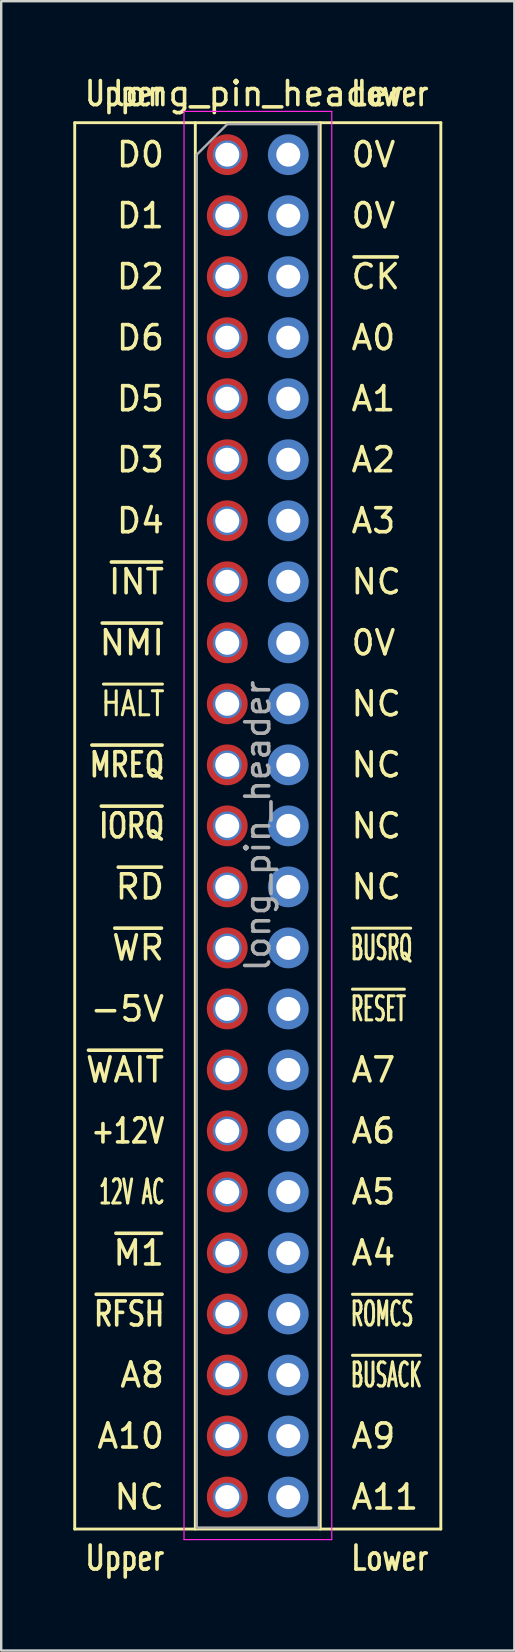
<source format=kicad_pcb>
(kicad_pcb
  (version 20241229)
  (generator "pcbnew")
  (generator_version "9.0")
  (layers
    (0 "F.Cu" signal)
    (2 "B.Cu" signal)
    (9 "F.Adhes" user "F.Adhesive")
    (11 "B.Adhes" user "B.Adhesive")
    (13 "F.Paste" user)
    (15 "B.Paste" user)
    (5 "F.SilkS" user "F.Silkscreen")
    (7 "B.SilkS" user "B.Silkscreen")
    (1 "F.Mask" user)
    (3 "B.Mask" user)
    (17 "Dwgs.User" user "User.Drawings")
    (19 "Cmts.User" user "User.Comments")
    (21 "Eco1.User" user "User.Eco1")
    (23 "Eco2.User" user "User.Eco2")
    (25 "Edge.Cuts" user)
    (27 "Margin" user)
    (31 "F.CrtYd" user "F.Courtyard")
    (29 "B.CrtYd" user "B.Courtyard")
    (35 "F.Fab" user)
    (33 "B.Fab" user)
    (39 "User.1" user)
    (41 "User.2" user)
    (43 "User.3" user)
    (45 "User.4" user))
  (footprint "long_pin_header"
    (layer "F.Cu")
    (at 6.41 3.388)
    (property "Reference" "long_pin_header" (at 1.27 -2.54 0) (layer "F.SilkS") (effects (font (size 1 1) (thickness 0.15))))
    (attr through_hole)
    (fp_line (start -6.35 57.21) (end -6.35 -1.33) (stroke (width 0.12) (type solid)) (layer "F.SilkS"))
    (fp_line (start -1.33 -1.33) (end -1.33 57.21) (stroke (width 0.12) (type solid)) (layer "F.SilkS"))
    (fp_line (start 3.87 -1.33) (end 3.87 57.21) (stroke (width 0.12) (type solid)) (layer "F.SilkS"))
    (fp_line (start 8.89 -1.33) (end -6.35 -1.33) (stroke (width 0.12) (type solid)) (layer "F.SilkS"))
    (fp_line (start 8.89 57.21) (end -6.35 57.21) (stroke (width 0.12) (type solid)) (layer "F.SilkS"))
    (fp_line (start 8.89 57.21) (end 8.89 -1.33) (stroke (width 0.12) (type solid)) (layer "F.SilkS"))
    (fp_line (start -1.8 -1.8) (end -1.8 57.65) (stroke (width 0.05) (type solid)) (layer "F.CrtYd"))
    (fp_line (start -1.8 57.65) (end 4.35 57.65) (stroke (width 0.05) (type solid)) (layer "F.CrtYd"))
    (fp_line (start 4.35 -1.8) (end -1.8 -1.8) (stroke (width 0.05) (type solid)) (layer "F.CrtYd"))
    (fp_line (start 4.35 57.65) (end 4.35 -1.8) (stroke (width 0.05) (type solid)) (layer "F.CrtYd"))
    (fp_line (start -1.27 0) (end 0 -1.27) (stroke (width 0.1) (type solid)) (layer "F.Fab"))
    (fp_line (start -1.27 57.15) (end -1.27 0) (stroke (width 0.1) (type solid)) (layer "F.Fab"))
    (fp_line (start 0 -1.27) (end 3.81 -1.27) (stroke (width 0.1) (type solid)) (layer "F.Fab"))
    (fp_line (start 3.81 -1.27) (end 3.81 57.15) (stroke (width 0.1) (type solid)) (layer "F.Fab"))
    (fp_line (start 3.81 57.15) (end -1.27 57.15) (stroke (width 0.1) (type solid)) (layer "F.Fab"))
    (fp_text user "~{INT}" (at -2.54 17.78 0) (layer "F.SilkS") (effects (font (size 1 1) (thickness 0.15)) (justify right)))
    (fp_text user "A7" (at 5.08 38.1 0) (layer "F.SilkS") (effects (font (size 1 1) (thickness 0.15)) (justify left)))
    (fp_text user "D3" (at -2.54 12.7 0) (layer "F.SilkS") (effects (font (size 1 1) (thickness 0.15)) (justify right)))
    (fp_text user "A1" (at 5.08 10.16 0) (layer "F.SilkS") (effects (font (size 1 1) (thickness 0.15)) (justify left)))
    (fp_text user "A6" (at 5.08 40.64 0) (layer "F.SilkS") (effects (font (size 1 1) (thickness 0.15)) (justify left)))
    (fp_text user "~{HALT}" (at -2.54 22.86 0) (layer "F.SilkS") (effects (font (size 1 0.75) (thickness 0.125)) (justify right)))
    (fp_text user "NC" (at 5.08 25.4 0) (layer "F.SilkS") (effects (font (size 1 1) (thickness 0.15)) (justify left)))
    (fp_text user "A0" (at 5.08 7.62 0) (layer "F.SilkS") (effects (font (size 1 1) (thickness 0.15)) (justify left)))
    (fp_text user "D1" (at -2.54 2.54 0) (layer "F.SilkS") (effects (font (size 1 1) (thickness 0.15)) (justify right)))
    (fp_text user "0V" (at 5.08 2.54 0) (layer "F.SilkS") (effects (font (size 1 1) (thickness 0.15)) (justify left)))
    (fp_text user "D0" (at -2.54 0 0) (layer "F.SilkS") (effects (font (size 1 1) (thickness 0.15)) (justify right)))
    (fp_text user "~{M1}" (at -2.54 45.72 0) (layer "F.SilkS") (effects (font (size 1 1) (thickness 0.15)) (justify right)))
    (fp_text user "D2" (at -2.54 5.08 0) (layer "F.SilkS") (effects (font (size 1 1) (thickness 0.15)) (justify right)))
    (fp_text user "D4" (at -2.54 15.24 0) (layer "F.SilkS") (effects (font (size 1 1) (thickness 0.15)) (justify right)))
    (fp_text user "Upper" (at -2.54 -2.54 0) (layer "F.SilkS") (effects (font (size 1 0.75) (thickness 0.15)) (justify right)))
    (fp_text user "A8" (at -2.54 50.8 0) (layer "F.SilkS") (effects (font (size 1 1) (thickness 0.15)) (justify right)))
    (fp_text user "~{ROMCS}" (at 5.08 48.26 0) (layer "F.SilkS") (effects (font (size 1 0.5) (thickness 0.125)) (justify left)))
    (fp_text user "~{RESET}" (at 5.08 35.56 0) (layer "F.SilkS") (effects (font (size 1 0.5) (thickness 0.125)) (justify left)))
    (fp_text user "D6" (at -2.54 7.62 0) (layer "F.SilkS") (effects (font (size 1 1) (thickness 0.15)) (justify right)))
    (fp_text user "NC" (at 5.08 22.86 0) (layer "F.SilkS") (effects (font (size 1 1) (thickness 0.15)) (justify left)))
    (fp_text user "A11" (at 5.08 55.88 0) (layer "F.SilkS") (effects (font (size 1 1) (thickness 0.15)) (justify left)))
    (fp_text user "~{WAIT}" (at -2.54 38.1 0) (layer "F.SilkS") (effects (font (size 1 1) (thickness 0.15)) (justify right)))
    (fp_text user "~{NMI}" (at -2.54 20.32 0) (layer "F.SilkS") (effects (font (size 1 1) (thickness 0.15)) (justify right)))
    (fp_text user "~{MREQ}" (at -2.54 25.4 0) (layer "F.SilkS") (effects (font (size 1 0.75) (thickness 0.15)) (justify right)))
    (fp_text user "~{IORQ}" (at -2.54 27.94 0) (layer "F.SilkS") (effects (font (size 1 0.75) (thickness 0.15)) (justify right)))
    (fp_text user "~{BUSRQ}" (at 5.08 33.02 0) (layer "F.SilkS") (effects (font (size 1 0.5) (thickness 0.125)) (justify left)))
    (fp_text user "NC" (at -2.54 55.88 0) (layer "F.SilkS") (effects (font (size 1 1) (thickness 0.15)) (justify right)))
    (fp_text user "~{WR}" (at -2.54 33.02 0) (layer "F.SilkS") (effects (font (size 1 1) (thickness 0.15)) (justify right)))
    (fp_text user "0V" (at 5.08 20.32 0) (layer "F.SilkS") (effects (font (size 1 1) (thickness 0.15)) (justify left)))
    (fp_text user "A4" (at 5.08 45.72 0) (layer "F.SilkS") (effects (font (size 1 1) (thickness 0.15)) (justify left)))
    (fp_text user "NC" (at 5.08 17.78 0) (layer "F.SilkS") (effects (font (size 1 1) (thickness 0.15)) (justify left)))
    (fp_text user "0V" (at 5.08 0 0) (layer "F.SilkS") (effects (font (size 1 1) (thickness 0.15)) (justify left)))
    (fp_text user "A9" (at 5.08 53.34 0) (layer "F.SilkS") (effects (font (size 1 1) (thickness 0.15)) (justify left)))
    (fp_text user "NC" (at 5.08 30.48 0) (layer "F.SilkS") (effects (font (size 1 1) (thickness 0.15)) (justify left)))
    (fp_text user "A2" (at 5.08 12.7 0) (layer "F.SilkS") (effects (font (size 1 1) (thickness 0.15)) (justify left)))
    (fp_text user "-5V" (at -2.54 35.56 0) (layer "F.SilkS") (effects (font (size 1 1) (thickness 0.15)) (justify right)))
    (fp_text user "Lower" (at 5.08 -2.54 0) (layer "F.SilkS") (effects (font (size 1 0.75) (thickness 0.15)) (justify left)))
    (fp_text user "~{RFSH}" (at -2.54 48.26 0) (layer "F.SilkS") (effects (font (size 1 0.75) (thickness 0.15)) (justify right)))
    (fp_text user "+12V" (at -2.54 40.64 0) (layer "F.SilkS") (effects (font (size 1 0.75) (thickness 0.15)) (justify right)))
    (fp_text user "Upper" (at -2.54 58.42 0) (layer "F.SilkS") (effects (font (size 1 0.75) (thickness 0.15)) (justify right)))
    (fp_text user "A3" (at 5.08 15.24 0) (layer "F.SilkS") (effects (font (size 1 1) (thickness 0.15)) (justify left)))
    (fp_text user "~{CK}" (at 5.08 5.08 0) (layer "F.SilkS") (effects (font (size 1 1) (thickness 0.15)) (justify left)))
    (fp_text user "D5" (at -2.54 10.16 0) (layer "F.SilkS") (effects (font (size 1 1) (thickness 0.15)) (justify right)))
    (fp_text user "NC" (at 5.08 27.94 0) (layer "F.SilkS") (effects (font (size 1 1) (thickness 0.15)) (justify left)))
    (fp_text user "~{RD}" (at -2.54 30.48 0) (layer "F.SilkS") (effects (font (size 1 1) (thickness 0.15)) (justify right)))
    (fp_text user "Lower" (at 5.08 58.42 0) (layer "F.SilkS") (effects (font (size 1 0.75) (thickness 0.15)) (justify left)))
    (fp_text user "A5" (at 5.08 43.18 0) (layer "F.SilkS") (effects (font (size 1 1) (thickness 0.15)) (justify left)))
    (fp_text user "~{BUSACK}" (at 5.08 50.8 0) (layer "F.SilkS") (effects (font (size 1 0.5) (thickness 0.125)) (justify left)))
    (fp_text user "A10" (at -2.54 53.34 0) (layer "F.SilkS") (effects (font (size 1 1) (thickness 0.15)) (justify right)))
    (fp_text user "12V AC" (at -2.54 43.18 0) (layer "F.SilkS") (effects (font (size 1 0.5) (thickness 0.125)) (justify right)))
    (fp_text user "${REFERENCE}" (at 1.27 27.94 90) (layer "F.Fab") (effects (font (size 1 1) (thickness 0.15))))
    (pad "a1" thru_hole oval (at 0 0) (size 1.2 1.2) (drill 1) (layers "*.Cu" "*.Mask"))
    (pad "a1" smd oval (at 0 0) (size 1.7 1.7) (layers "F.Cu" "F.Mask"))
    (pad "a2" thru_hole oval (at 0 2.54) (size 1.2 1.2) (drill 1) (layers "*.Cu" "*.Mask"))
    (pad "a2" smd oval (at 0 2.54) (size 1.7 1.7) (layers "F.Cu" "F.Mask"))
    (pad "a3" thru_hole oval (at 0 5.08) (size 1.2 1.2) (drill 1) (layers "*.Cu" "*.Mask"))
    (pad "a3" smd oval (at 0 5.08) (size 1.7 1.7) (layers "F.Cu" "F.Mask"))
    (pad "a4" thru_hole oval (at 0 7.62) (size 1.2 1.2) (drill 1) (layers "*.Cu" "*.Mask"))
    (pad "a4" smd oval (at 0 7.62) (size 1.7 1.7) (layers "F.Cu" "F.Mask"))
    (pad "a5" thru_hole oval (at 0 10.16) (size 1.2 1.2) (drill 1) (layers "*.Cu" "*.Mask"))
    (pad "a5" smd oval (at 0 10.16) (size 1.7 1.7) (layers "F.Cu" "F.Mask"))
    (pad "a6" thru_hole oval (at 0 12.7) (size 1.2 1.2) (drill 1) (layers "*.Cu" "*.Mask"))
    (pad "a6" smd oval (at 0 12.7) (size 1.7 1.7) (layers "F.Cu" "F.Mask"))
    (pad "a7" thru_hole oval (at 0 15.24) (size 1.2 1.2) (drill 1) (layers "*.Cu" "*.Mask"))
    (pad "a7" smd oval (at 0 15.24) (size 1.7 1.7) (layers "F.Cu" "F.Mask"))
    (pad "a8" thru_hole oval (at 0 17.78) (size 1.2 1.2) (drill 1) (layers "*.Cu" "*.Mask"))
    (pad "a8" smd oval (at 0 17.78) (size 1.7 1.7) (layers "F.Cu" "F.Mask"))
    (pad "a9" thru_hole oval (at 0 20.32) (size 1.2 1.2) (drill 1) (layers "*.Cu" "*.Mask"))
    (pad "a9" smd oval (at 0 20.32) (size 1.7 1.7) (layers "F.Cu" "F.Mask"))
    (pad "a10" thru_hole oval (at 0 22.86) (size 1.2 1.2) (drill 1) (layers "*.Cu" "*.Mask"))
    (pad "a10" smd oval (at 0 22.86) (size 1.7 1.7) (layers "F.Cu" "F.Mask"))
    (pad "a11" thru_hole oval (at 0 25.4) (size 1.2 1.2) (drill 1) (layers "*.Cu" "*.Mask"))
    (pad "a11" smd oval (at 0 25.4) (size 1.7 1.7) (layers "F.Cu" "F.Mask"))
    (pad "a12" thru_hole oval (at 0 27.94) (size 1.2 1.2) (drill 1) (layers "*.Cu" "*.Mask"))
    (pad "a12" smd oval (at 0 27.94) (size 1.7 1.7) (layers "F.Cu" "F.Mask"))
    (pad "a13" thru_hole oval (at 0 30.48) (size 1.2 1.2) (drill 1) (layers "*.Cu" "*.Mask"))
    (pad "a13" smd oval (at 0 30.48) (size 1.7 1.7) (layers "F.Cu" "F.Mask"))
    (pad "a14" thru_hole oval (at 0 33.02) (size 1.2 1.2) (drill 1) (layers "*.Cu" "*.Mask"))
    (pad "a14" smd oval (at 0 33.02) (size 1.7 1.7) (layers "F.Cu" "F.Mask"))
    (pad "a15" thru_hole oval (at 0 35.56) (size 1.2 1.2) (drill 1) (layers "*.Cu" "*.Mask"))
    (pad "a15" smd oval (at 0 35.56) (size 1.7 1.7) (layers "F.Cu" "F.Mask"))
    (pad "a16" thru_hole oval (at 0 38.1) (size 1.2 1.2) (drill 1) (layers "*.Cu" "*.Mask"))
    (pad "a16" smd oval (at 0 38.1) (size 1.7 1.7) (layers "F.Cu" "F.Mask"))
    (pad "a17" thru_hole oval (at 0 40.64) (size 1.2 1.2) (drill 1) (layers "*.Cu" "*.Mask"))
    (pad "a17" smd oval (at 0 40.64) (size 1.7 1.7) (layers "F.Cu" "F.Mask"))
    (pad "a18" thru_hole oval (at 0 43.18) (size 1.2 1.2) (drill 1) (layers "*.Cu" "*.Mask"))
    (pad "a18" smd oval (at 0 43.18) (size 1.7 1.7) (layers "F.Cu" "F.Mask"))
    (pad "a19" thru_hole oval (at 0 45.72) (size 1.2 1.2) (drill 1) (layers "*.Cu" "*.Mask"))
    (pad "a19" smd oval (at 0 45.72) (size 1.7 1.7) (layers "F.Cu" "F.Mask"))
    (pad "a20" thru_hole oval (at 0 48.26) (size 1.2 1.2) (drill 1) (layers "*.Cu" "*.Mask"))
    (pad "a20" smd oval (at 0 48.26) (size 1.7 1.7) (layers "F.Cu" "F.Mask"))
    (pad "a21" thru_hole oval (at 0 50.8) (size 1.2 1.2) (drill 1) (layers "*.Cu" "*.Mask"))
    (pad "a21" smd oval (at 0 50.8) (size 1.7 1.7) (layers "F.Cu" "F.Mask"))
    (pad "a22" thru_hole oval (at 0 53.34) (size 1.2 1.2) (drill 1) (layers "*.Cu" "*.Mask"))
    (pad "a22" smd oval (at 0 53.34) (size 1.7 1.7) (layers "F.Cu" "F.Mask"))
    (pad "a23" thru_hole oval (at 0 55.88) (size 1.2 1.2) (drill 1) (layers "*.Cu" "*.Mask"))
    (pad "a23" smd oval (at 0 55.88) (size 1.7 1.7) (layers "F.Cu" "F.Mask"))
    (pad "b1" thru_hole oval (at 2.54 0 90) (size 1.2 1.2) (drill 1) (layers "*.Cu" "*.Mask"))
    (pad "b1" smd oval (at 2.54 0 90) (size 1.7 1.7) (layers "B.Cu" "B.Mask"))
    (pad "b2" thru_hole oval (at 2.54 2.54) (size 1.2 1.2) (drill 1) (layers "*.Cu" "*.Mask"))
    (pad "b2" smd oval (at 2.54 2.54) (size 1.7 1.7) (layers "B.Cu" "B.Mask"))
    (pad "b3" thru_hole oval (at 2.54 5.08) (size 1.2 1.2) (drill 1) (layers "*.Cu" "*.Mask"))
    (pad "b3" smd oval (at 2.54 5.08) (size 1.7 1.7) (layers "B.Cu" "B.Mask"))
    (pad "b4" thru_hole oval (at 2.54 7.62) (size 1.2 1.2) (drill 1) (layers "*.Cu" "*.Mask"))
    (pad "b4" smd oval (at 2.54 7.62) (size 1.7 1.7) (layers "B.Cu" "B.Mask"))
    (pad "b5" thru_hole oval (at 2.54 10.16) (size 1.2 1.2) (drill 1) (layers "*.Cu" "*.Mask"))
    (pad "b5" smd oval (at 2.54 10.16) (size 1.7 1.7) (layers "B.Cu" "B.Mask"))
    (pad "b6" thru_hole oval (at 2.54 12.7) (size 1.2 1.2) (drill 1) (layers "*.Cu" "*.Mask"))
    (pad "b6" smd oval (at 2.54 12.7) (size 1.7 1.7) (layers "B.Cu" "B.Mask"))
    (pad "b7" thru_hole oval (at 2.54 15.24) (size 1.2 1.2) (drill 1) (layers "*.Cu" "*.Mask"))
    (pad "b7" smd oval (at 2.54 15.24) (size 1.7 1.7) (layers "B.Cu" "B.Mask"))
    (pad "b8" thru_hole oval (at 2.54 17.78) (size 1.2 1.2) (drill 1) (layers "*.Cu" "*.Mask"))
    (pad "b8" smd oval (at 2.54 17.78) (size 1.7 1.7) (layers "B.Cu" "B.Mask"))
    (pad "b9" thru_hole oval (at 2.54 20.32) (size 1.2 1.2) (drill 1) (layers "*.Cu" "*.Mask"))
    (pad "b9" smd oval (at 2.54 20.32) (size 1.7 1.7) (layers "B.Cu" "B.Mask"))
    (pad "b10" thru_hole oval (at 2.54 22.86) (size 1.2 1.2) (drill 1) (layers "*.Cu" "*.Mask"))
    (pad "b10" smd oval (at 2.54 22.86) (size 1.7 1.7) (layers "B.Cu" "B.Mask"))
    (pad "b11" thru_hole oval (at 2.54 25.4) (size 1.2 1.2) (drill 1) (layers "*.Cu" "*.Mask"))
    (pad "b11" smd oval (at 2.54 25.4) (size 1.7 1.7) (layers "B.Cu" "B.Mask"))
    (pad "b12" thru_hole oval (at 2.54 27.94) (size 1.2 1.2) (drill 1) (layers "*.Cu" "*.Mask"))
    (pad "b12" smd oval (at 2.54 27.94) (size 1.7 1.7) (layers "B.Cu" "B.Mask"))
    (pad "b13" thru_hole oval (at 2.54 30.48) (size 1.2 1.2) (drill 1) (layers "*.Cu" "*.Mask"))
    (pad "b13" smd oval (at 2.54 30.48) (size 1.7 1.7) (layers "B.Cu" "B.Mask"))
    (pad "b14" thru_hole oval (at 2.54 33.02) (size 1.2 1.2) (drill 1) (layers "*.Cu" "*.Mask"))
    (pad "b14" smd oval (at 2.54 33.02) (size 1.7 1.7) (layers "B.Cu" "B.Mask"))
    (pad "b15" thru_hole oval (at 2.54 35.56) (size 1.2 1.2) (drill 1) (layers "*.Cu" "*.Mask"))
    (pad "b15" smd oval (at 2.54 35.56) (size 1.7 1.7) (layers "B.Cu" "B.Mask"))
    (pad "b16" thru_hole oval (at 2.54 38.1) (size 1.2 1.2) (drill 1) (layers "*.Cu" "*.Mask"))
    (pad "b16" smd oval (at 2.54 38.1) (size 1.7 1.7) (layers "B.Cu" "B.Mask"))
    (pad "b17" thru_hole oval (at 2.54 40.64) (size 1.2 1.2) (drill 1) (layers "*.Cu" "*.Mask"))
    (pad "b17" smd oval (at 2.54 40.64) (size 1.7 1.7) (layers "B.Cu" "B.Mask"))
    (pad "b18" thru_hole oval (at 2.54 43.18) (size 1.2 1.2) (drill 1) (layers "*.Cu" "*.Mask"))
    (pad "b18" smd oval (at 2.54 43.18) (size 1.7 1.7) (layers "B.Cu" "B.Mask"))
    (pad "b19" thru_hole oval (at 2.54 45.72) (size 1.2 1.2) (drill 1) (layers "*.Cu" "*.Mask"))
    (pad "b19" smd oval (at 2.54 45.72) (size 1.7 1.7) (layers "B.Cu" "B.Mask"))
    (pad "b20" thru_hole oval (at 2.54 48.26) (size 1.2 1.2) (drill 1) (layers "*.Cu" "*.Mask"))
    (pad "b20" smd oval (at 2.54 48.26) (size 1.7 1.7) (layers "B.Cu" "B.Mask"))
    (pad "b21" thru_hole oval (at 2.54 50.8) (size 1.2 1.2) (drill 1) (layers "*.Cu" "*.Mask"))
    (pad "b21" smd oval (at 2.54 50.8) (size 1.7 1.7) (layers "B.Cu" "B.Mask"))
    (pad "b22" thru_hole oval (at 2.54 53.34) (size 1.2 1.2) (drill 1) (layers "*.Cu" "*.Mask"))
    (pad "b22" smd oval (at 2.54 53.34) (size 1.7 1.7) (layers "B.Cu" "B.Mask"))
    (pad "b23" thru_hole oval (at 2.54 55.88) (size 1.2 1.2) (drill 1) (layers "*.Cu" "*.Mask"))
    (pad "b23" smd oval (at 2.54 55.88) (size 1.7 1.7) (layers "B.Cu" "B.Mask")))
  (gr_rect
    (start -3 -3)
    (end 18.36 65.656)
    (stroke (width 0.1) (type default))
    (fill no)
    (layer "Edge.Cuts")))
</source>
